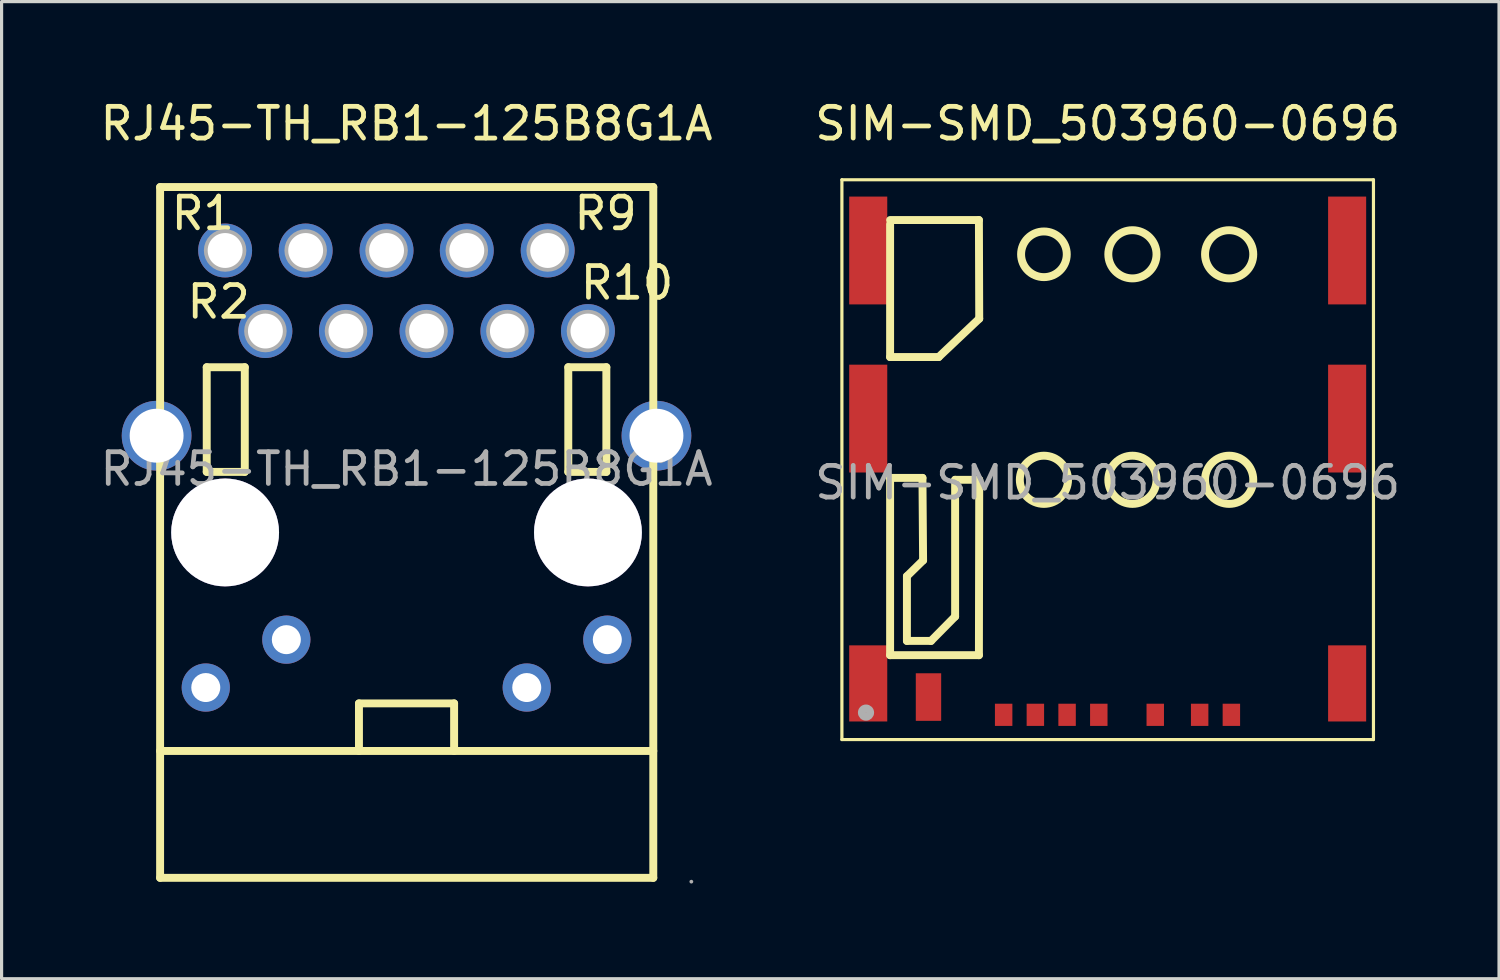
<source format=kicad_pcb>
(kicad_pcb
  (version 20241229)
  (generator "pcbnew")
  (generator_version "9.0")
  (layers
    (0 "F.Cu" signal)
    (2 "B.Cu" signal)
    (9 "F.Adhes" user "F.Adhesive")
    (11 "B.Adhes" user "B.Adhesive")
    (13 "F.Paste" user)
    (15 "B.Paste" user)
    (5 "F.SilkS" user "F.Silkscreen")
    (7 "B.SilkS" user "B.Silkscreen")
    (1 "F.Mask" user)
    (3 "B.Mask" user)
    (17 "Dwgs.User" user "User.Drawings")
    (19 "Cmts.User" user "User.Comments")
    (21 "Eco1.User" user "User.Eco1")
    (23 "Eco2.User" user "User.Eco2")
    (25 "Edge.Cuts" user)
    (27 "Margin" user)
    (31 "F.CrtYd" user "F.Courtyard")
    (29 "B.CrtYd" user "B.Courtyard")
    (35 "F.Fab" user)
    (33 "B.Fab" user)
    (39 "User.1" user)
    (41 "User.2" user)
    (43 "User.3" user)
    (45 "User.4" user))
  (footprint "SIM-SMD_503960-0696"
    (layer "F.Cu")
    (at 31.875 12.168)
    (property "Reference" "SIM-SMD_503960-0696" (at 0 -11.32 0) (layer "F.SilkS") (effects (font (size 1 1) (thickness 0.15))))
    (attr smd)
    (fp_line (start -8.38 -9.55) (end 8.38 -9.55) (stroke (width 0.1) (type solid)) (layer "F.SilkS"))
    (fp_line (start -8.38 8.1) (end -8.38 -9.55) (stroke (width 0.1) (type solid)) (layer "F.SilkS"))
    (fp_line (start -6.86 -8.15) (end -6.86 -3.96) (stroke (width 0.25) (type solid)) (layer "F.SilkS"))
    (fp_line (start -6.86 -3.96) (end -5.33 -3.96) (stroke (width 0.25) (type solid)) (layer "F.SilkS"))
    (fp_line (start -6.86 -0.15) (end -6.86 5.44) (stroke (width 0.25) (type solid)) (layer "F.SilkS"))
    (fp_line (start -6.86 5.44) (end -4.06 5.44) (stroke (width 0.25) (type solid)) (layer "F.SilkS"))
    (fp_line (start -6.33 2.95) (end -5.82 2.45) (stroke (width 0.25) (type solid)) (layer "F.SilkS"))
    (fp_line (start -6.33 4.99) (end -6.33 2.95) (stroke (width 0.25) (type solid)) (layer "F.SilkS"))
    (fp_line (start -5.84 -0.15) (end -6.86 -0.15) (stroke (width 0.25) (type solid)) (layer "F.SilkS"))
    (fp_line (start -5.82 2.45) (end -5.84 -0.15) (stroke (width 0.25) (type solid)) (layer "F.SilkS"))
    (fp_line (start -5.57 4.99) (end -6.33 4.99) (stroke (width 0.25) (type solid)) (layer "F.SilkS"))
    (fp_line (start -5.33 -3.96) (end -4.05 -5.17) (stroke (width 0.25) (type solid)) (layer "F.SilkS"))
    (fp_line (start -4.81 -0.09) (end -4.81 4.22) (stroke (width 0.25) (type solid)) (layer "F.SilkS"))
    (fp_line (start -4.81 4.22) (end -5.57 4.99) (stroke (width 0.25) (type solid)) (layer "F.SilkS"))
    (fp_line (start -4.06 -8.28) (end -6.86 -8.28) (stroke (width 0.25) (type solid)) (layer "F.SilkS"))
    (fp_line (start -4.06 5.44) (end -4.05 -0.09) (stroke (width 0.25) (type solid)) (layer "F.SilkS"))
    (fp_line (start -4.05 -5.17) (end -4.06 -8.28) (stroke (width 0.25) (type solid)) (layer "F.SilkS"))
    (fp_line (start -4.05 -0.09) (end -4.81 -0.09) (stroke (width 0.25) (type solid)) (layer "F.SilkS"))
    (fp_line (start 8.38 -9.55) (end 8.38 8.1) (stroke (width 0.1) (type solid)) (layer "F.SilkS"))
    (fp_line (start 8.38 8.1) (end -8.38 8.1) (stroke (width 0.1) (type solid)) (layer "F.SilkS"))
    (fp_circle (center -2.01 -7.2) (end -1.29 -7.2) (stroke (width 0.25) (type solid)) (fill no) (layer "F.SilkS"))
    (fp_circle (center -2.01 -0.09) (end -1.25 -0.09) (stroke (width 0.25) (type solid)) (fill no) (layer "F.SilkS"))
    (fp_circle (center 0.78 -7.2) (end 1.54 -7.2) (stroke (width 0.25) (type solid)) (fill no) (layer "F.SilkS"))
    (fp_circle (center 0.78 -0.09) (end 1.54 -0.09) (stroke (width 0.25) (type solid)) (fill no) (layer "F.SilkS"))
    (fp_circle (center 3.83 -7.2) (end 4.59 -7.2) (stroke (width 0.25) (type solid)) (fill no) (layer "F.SilkS"))
    (fp_circle (center 3.83 -0.09) (end 4.59 -0.09) (stroke (width 0.25) (type solid)) (fill no) (layer "F.SilkS"))
    (fp_circle (center -7.62 7.25) (end -7.49 7.25) (stroke (width 0.25) (type solid)) (fill no) (layer "F.Fab"))
    (fp_text user "${REFERENCE}" (at 0 0 0) (layer "F.Fab") (effects (font (size 1 1) (thickness 0.15))))
    (pad "1" smd rect (at -7.55 -7.32) (size 1.2 3.4) (layers "F.Cu" "F.Mask" "F.Paste"))
    (pad "1" smd rect (at -7.55 -2.02) (size 1.2 3.4) (layers "F.Cu" "F.Mask" "F.Paste"))
    (pad "1" smd rect (at -7.55 6.33) (size 1.2 2.4) (layers "F.Cu" "F.Mask" "F.Paste"))
    (pad "1" smd rect (at 7.55 -7.32) (size 1.2 3.4) (layers "F.Cu" "F.Mask" "F.Paste"))
    (pad "1" smd rect (at 7.55 -2.02) (size 1.2 3.4) (layers "F.Cu" "F.Mask" "F.Paste"))
    (pad "1" smd rect (at 7.55 6.33) (size 1.2 2.4) (layers "F.Cu" "F.Mask" "F.Paste"))
    (pad "C1" smd rect (at -2.28 7.32) (size 0.55 0.7) (layers "F.Cu" "F.Mask" "F.Paste"))
    (pad "C2" smd rect (at -0.28 7.32) (size 0.55 0.7) (layers "F.Cu" "F.Mask" "F.Paste"))
    (pad "C3" smd rect (at 3.9 7.32) (size 0.55 0.7) (layers "F.Cu" "F.Mask" "F.Paste"))
    (pad "C4" smd rect (at 1.5 7.32) (size 0.55 0.7) (layers "F.Cu" "F.Mask" "F.Paste"))
    (pad "C5" smd rect (at -3.28 7.32) (size 0.55 0.7) (layers "F.Cu" "F.Mask" "F.Paste"))
    (pad "C6" smd rect (at -1.28 7.32) (size 0.55 0.7) (layers "F.Cu" "F.Mask" "F.Paste"))
    (pad "C7" smd rect (at 2.9 7.32) (size 0.55 0.7) (layers "F.Cu" "F.Mask" "F.Paste"))
    (pad "C8" smd rect (at -5.65 6.76) (size 0.8 1.5) (layers "F.Cu" "F.Mask" "F.Paste")))
  (footprint "RJ45-TH_RB1-125B8G1A"
    (layer "F.Cu")
    (at 9.768 11.738)
    (property "Reference" "RJ45-TH_RB1-125B8G1A" (at 0 -10.89 0) (layer "F.SilkS") (effects (font (size 1 1) (thickness 0.15))))
    (attr smd)
    (fp_line (start -7.77 -8.89) (end -7.77 12.89) (stroke (width 0.25) (type solid)) (layer "F.SilkS"))
    (fp_line (start -7.77 8.89) (end 7.78 8.89) (stroke (width 0.25) (type solid)) (layer "F.SilkS"))
    (fp_line (start -7.77 12.89) (end 7.78 12.89) (stroke (width 0.25) (type solid)) (layer "F.SilkS"))
    (fp_line (start -6.3 -3.21) (end -5.1 -3.21) (stroke (width 0.25) (type solid)) (layer "F.SilkS"))
    (fp_line (start -6.3 0.09) (end -6.3 -3.21) (stroke (width 0.25) (type solid)) (layer "F.SilkS"))
    (fp_line (start -6.3 0.09) (end -5.1 0.09) (stroke (width 0.25) (type solid)) (layer "F.SilkS"))
    (fp_line (start -5.1 -3.21) (end -5.1 0.09) (stroke (width 0.25) (type solid)) (layer "F.SilkS"))
    (fp_line (start -1.5 7.39) (end 1.5 7.39) (stroke (width 0.25) (type solid)) (layer "F.SilkS"))
    (fp_line (start -1.5 8.89) (end -1.5 7.39) (stroke (width 0.25) (type solid)) (layer "F.SilkS"))
    (fp_line (start 1.5 7.39) (end 1.5 8.89) (stroke (width 0.25) (type solid)) (layer "F.SilkS"))
    (fp_line (start 5.1 -3.21) (end 6.3 -3.21) (stroke (width 0.25) (type solid)) (layer "F.SilkS"))
    (fp_line (start 5.1 0.09) (end 5.1 -3.21) (stroke (width 0.25) (type solid)) (layer "F.SilkS"))
    (fp_line (start 5.1 0.09) (end 6.3 0.09) (stroke (width 0.25) (type solid)) (layer "F.SilkS"))
    (fp_line (start 6.3 -3.21) (end 6.3 0.09) (stroke (width 0.25) (type solid)) (layer "F.SilkS"))
    (fp_line (start 7.78 -8.89) (end -7.77 -8.89) (stroke (width 0.25) (type solid)) (layer "F.SilkS"))
    (fp_line (start 7.78 12.89) (end 7.78 -8.89) (stroke (width 0.25) (type solid)) (layer "F.SilkS"))
    (fp_circle (center -7.88 -1.05) (end -7.5 -1.05) (stroke (width 0.75) (type solid)) (fill no) (layer "F.Fab"))
    (fp_circle (center -6.33 6.89) (end -6.15 6.89) (stroke (width 0.36) (type solid)) (fill no) (layer "F.Fab"))
    (fp_circle (center -5.72 -6.89) (end -5.5 -6.89) (stroke (width 0.45) (type solid)) (fill no) (layer "F.Fab"))
    (fp_circle (center -5.72 2) (end -4.92 2) (stroke (width 1.6) (type solid)) (fill no) (layer "F.Fab"))
    (fp_circle (center -4.45 -4.35) (end -4.23 -4.35) (stroke (width 0.45) (type solid)) (fill no) (layer "F.Fab"))
    (fp_circle (center -3.79 5.38) (end -3.61 5.38) (stroke (width 0.36) (type solid)) (fill no) (layer "F.Fab"))
    (fp_circle (center -3.18 -6.89) (end -2.96 -6.89) (stroke (width 0.45) (type solid)) (fill no) (layer "F.Fab"))
    (fp_circle (center -1.91 -4.35) (end -1.69 -4.35) (stroke (width 0.45) (type solid)) (fill no) (layer "F.Fab"))
    (fp_circle (center -0.63 -6.89) (end -0.41 -6.89) (stroke (width 0.45) (type solid)) (fill no) (layer "F.Fab"))
    (fp_circle (center 0.63 -4.35) (end 0.85 -4.35) (stroke (width 0.45) (type solid)) (fill no) (layer "F.Fab"))
    (fp_circle (center 1.9 -6.89) (end 2.12 -6.89) (stroke (width 0.45) (type solid)) (fill no) (layer "F.Fab"))
    (fp_circle (center 3.18 -4.35) (end 3.4 -4.35) (stroke (width 0.45) (type solid)) (fill no) (layer "F.Fab"))
    (fp_circle (center 3.79 6.89) (end 3.97 6.89) (stroke (width 0.36) (type solid)) (fill no) (layer "F.Fab"))
    (fp_circle (center 4.45 -6.89) (end 4.67 -6.89) (stroke (width 0.45) (type solid)) (fill no) (layer "F.Fab"))
    (fp_circle (center 5.72 -4.35) (end 5.94 -4.35) (stroke (width 0.45) (type solid)) (fill no) (layer "F.Fab"))
    (fp_circle (center 5.72 2) (end 6.52 2) (stroke (width 1.6) (type solid)) (fill no) (layer "F.Fab"))
    (fp_circle (center 6.33 5.38) (end 6.51 5.38) (stroke (width 0.36) (type solid)) (fill no) (layer "F.Fab"))
    (fp_circle (center 7.88 -1.05) (end 8.26 -1.05) (stroke (width 0.75) (type solid)) (fill no) (layer "F.Fab"))
    (fp_circle (center 8.98 13.01) (end 9.01 13.01) (stroke (width 0.06) (type solid)) (fill no) (layer "F.Fab"))
    (fp_text user "R9" (at 5.2 -8.06 0) (layer "F.SilkS") (effects (font (size 1 1) (thickness 0.15)) (justify left)))
    (fp_text user "R10" (at 5.4 -5.87 0) (layer "F.SilkS") (effects (font (size 1 1) (thickness 0.15)) (justify left)))
    (fp_text user "R2" (at -7 -5.27 0) (layer "F.SilkS") (effects (font (size 1 1) (thickness 0.15)) (justify left)))
    (fp_text user "R1" (at -7.5 -8.06 0) (layer "F.SilkS") (effects (font (size 1 1) (thickness 0.15)) (justify left)))
    (fp_text user "${REFERENCE}" (at 0 0 0) (layer "F.Fab") (effects (font (size 1 1) (thickness 0.15))))
    (pad "" thru_hole circle (at -5.72 2) (size 3.4 3.4) (drill 3.4) (layers "*.Cu" "*.Mask"))
    (pad "" thru_hole circle (at 5.72 2) (size 3.4 3.4) (drill 3.4) (layers "*.Cu" "*.Mask"))
    (pad "15" thru_hole circle (at 7.88 -1.05) (size 2.2 2.2) (drill 1.7) (layers "*.Cu" "*.Paste" "*.Mask"))
    (pad "16" thru_hole circle (at -7.88 -1.05) (size 2.2 2.2) (drill 1.7) (layers "*.Cu" "*.Paste" "*.Mask"))
    (pad "L1" thru_hole circle (at 6.33 5.38) (size 1.52 1.52) (drill 0.914) (layers "*.Cu" "*.Paste" "*.Mask"))
    (pad "L2" thru_hole circle (at 3.79 6.89) (size 1.52 1.52) (drill 0.914) (layers "*.Cu" "*.Paste" "*.Mask"))
    (pad "L3" thru_hole circle (at -3.79 5.38) (size 1.52 1.52) (drill 0.914) (layers "*.Cu" "*.Paste" "*.Mask"))
    (pad "L4" thru_hole circle (at -6.33 6.89) (size 1.52 1.52) (drill 0.914) (layers "*.Cu" "*.Paste" "*.Mask"))
    (pad "R1" thru_hole circle (at -5.72 -6.89) (size 1.7 1.7) (drill 1.1) (layers "*.Cu" "*.Paste" "*.Mask"))
    (pad "R2" thru_hole circle (at -4.45 -4.35) (size 1.7 1.7) (drill 1.1) (layers "*.Cu" "*.Paste" "*.Mask"))
    (pad "R3" thru_hole circle (at -3.18 -6.89) (size 1.7 1.7) (drill 1.1) (layers "*.Cu" "*.Paste" "*.Mask"))
    (pad "R4" thru_hole circle (at -1.91 -4.35) (size 1.7 1.7) (drill 1.1) (layers "*.Cu" "*.Paste" "*.Mask"))
    (pad "R5" thru_hole circle (at -0.63 -6.89) (size 1.7 1.7) (drill 1.1) (layers "*.Cu" "*.Paste" "*.Mask"))
    (pad "R6" thru_hole circle (at 0.63 -4.35) (size 1.7 1.7) (drill 1.1) (layers "*.Cu" "*.Paste" "*.Mask"))
    (pad "R7" thru_hole circle (at 1.9 -6.89) (size 1.7 1.7) (drill 1.1) (layers "*.Cu" "*.Paste" "*.Mask"))
    (pad "R8" thru_hole circle (at 3.18 -4.35) (size 1.7 1.7) (drill 1.1) (layers "*.Cu" "*.Paste" "*.Mask"))
    (pad "R9" thru_hole circle (at 4.45 -6.89) (size 1.7 1.7) (drill 1.1) (layers "*.Cu" "*.Paste" "*.Mask"))
    (pad "R10" thru_hole circle (at 5.72 -4.35) (size 1.7 1.7) (drill 1.1) (layers "*.Cu" "*.Paste" "*.Mask")))
  (gr_rect
    (start -3 -3)
    (end 44.214 27.808)
    (stroke (width 0.1) (type default))
    (fill no)
    (layer "Edge.Cuts")))
</source>
